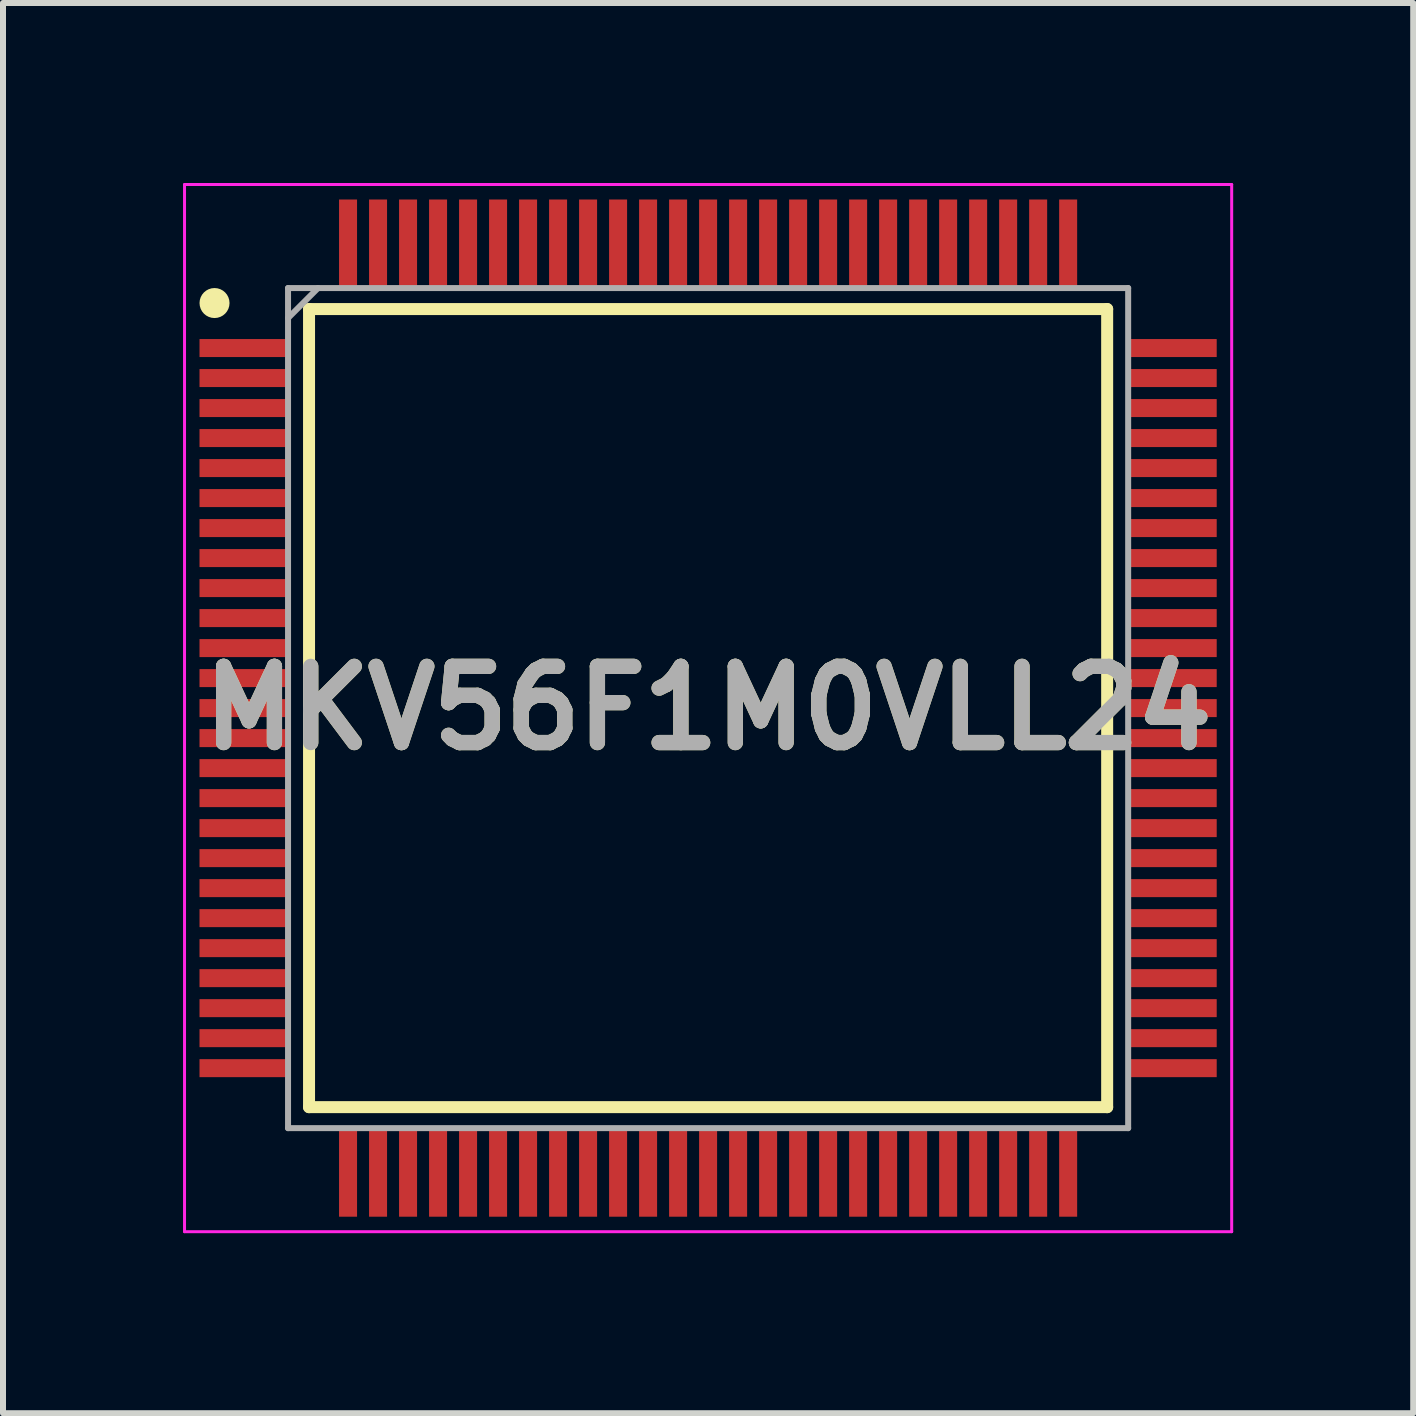
<source format=kicad_pcb>
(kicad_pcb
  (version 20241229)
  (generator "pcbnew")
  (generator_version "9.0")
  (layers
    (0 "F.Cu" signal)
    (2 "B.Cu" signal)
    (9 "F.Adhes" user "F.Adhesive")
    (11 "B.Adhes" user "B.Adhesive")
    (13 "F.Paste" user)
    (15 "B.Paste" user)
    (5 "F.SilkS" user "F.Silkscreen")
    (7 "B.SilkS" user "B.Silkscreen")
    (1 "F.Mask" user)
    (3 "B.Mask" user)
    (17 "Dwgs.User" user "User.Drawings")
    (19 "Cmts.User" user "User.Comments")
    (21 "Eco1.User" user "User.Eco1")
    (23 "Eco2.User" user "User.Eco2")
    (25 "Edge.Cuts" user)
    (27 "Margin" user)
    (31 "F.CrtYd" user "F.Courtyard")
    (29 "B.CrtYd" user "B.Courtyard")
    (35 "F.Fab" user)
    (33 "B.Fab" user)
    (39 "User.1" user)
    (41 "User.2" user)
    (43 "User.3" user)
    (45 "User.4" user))
  (footprint "MKV56F1M0VLL24"
    (layer "F.Cu")
    (at 8.75 8.75)
    (property "Reference" "MKV56F1M0VLL24" (at 0 0 0) (layer "F.SilkS") (effects (font (size 1.27 1.27) (thickness 0.254))))
    (attr smd)
    (fp_line (start -6.65 -6.65) (end 6.65 -6.65) (stroke (width 0.2) (type solid)) (layer "F.SilkS"))
    (fp_line (start -6.65 6.65) (end -6.65 -6.65) (stroke (width 0.2) (type solid)) (layer "F.SilkS"))
    (fp_line (start 6.65 -6.65) (end 6.65 6.65) (stroke (width 0.2) (type solid)) (layer "F.SilkS"))
    (fp_line (start 6.65 6.65) (end -6.65 6.65) (stroke (width 0.2) (type solid)) (layer "F.SilkS"))
    (fp_circle (center -8.225 -6.75) (end -8.225 -6.625) (stroke (width 0.25) (type solid)) (fill no) (layer "F.SilkS"))
    (fp_line (start -8.725 -8.725) (end 8.725 -8.725) (stroke (width 0.05) (type solid)) (layer "F.CrtYd"))
    (fp_line (start -8.725 8.725) (end -8.725 -8.725) (stroke (width 0.05) (type solid)) (layer "F.CrtYd"))
    (fp_line (start 8.725 -8.725) (end 8.725 8.725) (stroke (width 0.05) (type solid)) (layer "F.CrtYd"))
    (fp_line (start 8.725 8.725) (end -8.725 8.725) (stroke (width 0.05) (type solid)) (layer "F.CrtYd"))
    (fp_line (start -7 -7) (end 7 -7) (stroke (width 0.1) (type solid)) (layer "F.Fab"))
    (fp_line (start -7 -6.5) (end -6.5 -7) (stroke (width 0.1) (type solid)) (layer "F.Fab"))
    (fp_line (start -7 7) (end -7 -7) (stroke (width 0.1) (type solid)) (layer "F.Fab"))
    (fp_line (start 7 -7) (end 7 7) (stroke (width 0.1) (type solid)) (layer "F.Fab"))
    (fp_line (start 7 7) (end -7 7) (stroke (width 0.1) (type solid)) (layer "F.Fab"))
    (fp_text user "${REFERENCE}" (at 0 0 0) (layer "F.Fab") (effects (font (size 1.27 1.27) (thickness 0.254))))
    (pad "1" smd rect (at -7.738 -6 90) (size 0.3 1.475) (layers "F.Cu" "F.Mask" "F.Paste"))
    (pad "2" smd rect (at -7.738 -5.5 90) (size 0.3 1.475) (layers "F.Cu" "F.Mask" "F.Paste"))
    (pad "3" smd rect (at -7.738 -5 90) (size 0.3 1.475) (layers "F.Cu" "F.Mask" "F.Paste"))
    (pad "4" smd rect (at -7.738 -4.5 90) (size 0.3 1.475) (layers "F.Cu" "F.Mask" "F.Paste"))
    (pad "5" smd rect (at -7.738 -4 90) (size 0.3 1.475) (layers "F.Cu" "F.Mask" "F.Paste"))
    (pad "6" smd rect (at -7.738 -3.5 90) (size 0.3 1.475) (layers "F.Cu" "F.Mask" "F.Paste"))
    (pad "7" smd rect (at -7.738 -3 90) (size 0.3 1.475) (layers "F.Cu" "F.Mask" "F.Paste"))
    (pad "8" smd rect (at -7.738 -2.5 90) (size 0.3 1.475) (layers "F.Cu" "F.Mask" "F.Paste"))
    (pad "9" smd rect (at -7.738 -2 90) (size 0.3 1.475) (layers "F.Cu" "F.Mask" "F.Paste"))
    (pad "10" smd rect (at -7.738 -1.5 90) (size 0.3 1.475) (layers "F.Cu" "F.Mask" "F.Paste"))
    (pad "11" smd rect (at -7.738 -1 90) (size 0.3 1.475) (layers "F.Cu" "F.Mask" "F.Paste"))
    (pad "12" smd rect (at -7.738 -0.5 90) (size 0.3 1.475) (layers "F.Cu" "F.Mask" "F.Paste"))
    (pad "13" smd rect (at -7.738 0 90) (size 0.3 1.475) (layers "F.Cu" "F.Mask" "F.Paste"))
    (pad "14" smd rect (at -7.738 0.5 90) (size 0.3 1.475) (layers "F.Cu" "F.Mask" "F.Paste"))
    (pad "15" smd rect (at -7.738 1 90) (size 0.3 1.475) (layers "F.Cu" "F.Mask" "F.Paste"))
    (pad "16" smd rect (at -7.738 1.5 90) (size 0.3 1.475) (layers "F.Cu" "F.Mask" "F.Paste"))
    (pad "17" smd rect (at -7.738 2 90) (size 0.3 1.475) (layers "F.Cu" "F.Mask" "F.Paste"))
    (pad "18" smd rect (at -7.738 2.5 90) (size 0.3 1.475) (layers "F.Cu" "F.Mask" "F.Paste"))
    (pad "19" smd rect (at -7.738 3 90) (size 0.3 1.475) (layers "F.Cu" "F.Mask" "F.Paste"))
    (pad "20" smd rect (at -7.738 3.5 90) (size 0.3 1.475) (layers "F.Cu" "F.Mask" "F.Paste"))
    (pad "21" smd rect (at -7.738 4 90) (size 0.3 1.475) (layers "F.Cu" "F.Mask" "F.Paste"))
    (pad "22" smd rect (at -7.738 4.5 90) (size 0.3 1.475) (layers "F.Cu" "F.Mask" "F.Paste"))
    (pad "23" smd rect (at -7.738 5 90) (size 0.3 1.475) (layers "F.Cu" "F.Mask" "F.Paste"))
    (pad "24" smd rect (at -7.738 5.5 90) (size 0.3 1.475) (layers "F.Cu" "F.Mask" "F.Paste"))
    (pad "25" smd rect (at -7.738 6 90) (size 0.3 1.475) (layers "F.Cu" "F.Mask" "F.Paste"))
    (pad "26" smd rect (at -6 7.738) (size 0.3 1.475) (layers "F.Cu" "F.Mask" "F.Paste"))
    (pad "27" smd rect (at -5.5 7.738) (size 0.3 1.475) (layers "F.Cu" "F.Mask" "F.Paste"))
    (pad "28" smd rect (at -5 7.738) (size 0.3 1.475) (layers "F.Cu" "F.Mask" "F.Paste"))
    (pad "29" smd rect (at -4.5 7.738) (size 0.3 1.475) (layers "F.Cu" "F.Mask" "F.Paste"))
    (pad "30" smd rect (at -4 7.738) (size 0.3 1.475) (layers "F.Cu" "F.Mask" "F.Paste"))
    (pad "31" smd rect (at -3.5 7.738) (size 0.3 1.475) (layers "F.Cu" "F.Mask" "F.Paste"))
    (pad "32" smd rect (at -3 7.738) (size 0.3 1.475) (layers "F.Cu" "F.Mask" "F.Paste"))
    (pad "33" smd rect (at -2.5 7.738) (size 0.3 1.475) (layers "F.Cu" "F.Mask" "F.Paste"))
    (pad "34" smd rect (at -2 7.738) (size 0.3 1.475) (layers "F.Cu" "F.Mask" "F.Paste"))
    (pad "35" smd rect (at -1.5 7.738) (size 0.3 1.475) (layers "F.Cu" "F.Mask" "F.Paste"))
    (pad "36" smd rect (at -1 7.738) (size 0.3 1.475) (layers "F.Cu" "F.Mask" "F.Paste"))
    (pad "37" smd rect (at -0.5 7.738) (size 0.3 1.475) (layers "F.Cu" "F.Mask" "F.Paste"))
    (pad "38" smd rect (at 0 7.738) (size 0.3 1.475) (layers "F.Cu" "F.Mask" "F.Paste"))
    (pad "39" smd rect (at 0.5 7.738) (size 0.3 1.475) (layers "F.Cu" "F.Mask" "F.Paste"))
    (pad "40" smd rect (at 1 7.738) (size 0.3 1.475) (layers "F.Cu" "F.Mask" "F.Paste"))
    (pad "41" smd rect (at 1.5 7.738) (size 0.3 1.475) (layers "F.Cu" "F.Mask" "F.Paste"))
    (pad "42" smd rect (at 2 7.738) (size 0.3 1.475) (layers "F.Cu" "F.Mask" "F.Paste"))
    (pad "43" smd rect (at 2.5 7.738) (size 0.3 1.475) (layers "F.Cu" "F.Mask" "F.Paste"))
    (pad "44" smd rect (at 3 7.738) (size 0.3 1.475) (layers "F.Cu" "F.Mask" "F.Paste"))
    (pad "45" smd rect (at 3.5 7.738) (size 0.3 1.475) (layers "F.Cu" "F.Mask" "F.Paste"))
    (pad "46" smd rect (at 4 7.738) (size 0.3 1.475) (layers "F.Cu" "F.Mask" "F.Paste"))
    (pad "47" smd rect (at 4.5 7.738) (size 0.3 1.475) (layers "F.Cu" "F.Mask" "F.Paste"))
    (pad "48" smd rect (at 5 7.738) (size 0.3 1.475) (layers "F.Cu" "F.Mask" "F.Paste"))
    (pad "49" smd rect (at 5.5 7.738) (size 0.3 1.475) (layers "F.Cu" "F.Mask" "F.Paste"))
    (pad "50" smd rect (at 6 7.738) (size 0.3 1.475) (layers "F.Cu" "F.Mask" "F.Paste"))
    (pad "51" smd rect (at 7.738 6 90) (size 0.3 1.475) (layers "F.Cu" "F.Mask" "F.Paste"))
    (pad "52" smd rect (at 7.738 5.5 90) (size 0.3 1.475) (layers "F.Cu" "F.Mask" "F.Paste"))
    (pad "53" smd rect (at 7.738 5 90) (size 0.3 1.475) (layers "F.Cu" "F.Mask" "F.Paste"))
    (pad "54" smd rect (at 7.738 4.5 90) (size 0.3 1.475) (layers "F.Cu" "F.Mask" "F.Paste"))
    (pad "55" smd rect (at 7.738 4 90) (size 0.3 1.475) (layers "F.Cu" "F.Mask" "F.Paste"))
    (pad "56" smd rect (at 7.738 3.5 90) (size 0.3 1.475) (layers "F.Cu" "F.Mask" "F.Paste"))
    (pad "57" smd rect (at 7.738 3 90) (size 0.3 1.475) (layers "F.Cu" "F.Mask" "F.Paste"))
    (pad "58" smd rect (at 7.738 2.5 90) (size 0.3 1.475) (layers "F.Cu" "F.Mask" "F.Paste"))
    (pad "59" smd rect (at 7.738 2 90) (size 0.3 1.475) (layers "F.Cu" "F.Mask" "F.Paste"))
    (pad "60" smd rect (at 7.738 1.5 90) (size 0.3 1.475) (layers "F.Cu" "F.Mask" "F.Paste"))
    (pad "61" smd rect (at 7.738 1 90) (size 0.3 1.475) (layers "F.Cu" "F.Mask" "F.Paste"))
    (pad "62" smd rect (at 7.738 0.5 90) (size 0.3 1.475) (layers "F.Cu" "F.Mask" "F.Paste"))
    (pad "63" smd rect (at 7.738 0 90) (size 0.3 1.475) (layers "F.Cu" "F.Mask" "F.Paste"))
    (pad "64" smd rect (at 7.738 -0.5 90) (size 0.3 1.475) (layers "F.Cu" "F.Mask" "F.Paste"))
    (pad "65" smd rect (at 7.738 -1 90) (size 0.3 1.475) (layers "F.Cu" "F.Mask" "F.Paste"))
    (pad "66" smd rect (at 7.738 -1.5 90) (size 0.3 1.475) (layers "F.Cu" "F.Mask" "F.Paste"))
    (pad "67" smd rect (at 7.738 -2 90) (size 0.3 1.475) (layers "F.Cu" "F.Mask" "F.Paste"))
    (pad "68" smd rect (at 7.738 -2.5 90) (size 0.3 1.475) (layers "F.Cu" "F.Mask" "F.Paste"))
    (pad "69" smd rect (at 7.738 -3 90) (size 0.3 1.475) (layers "F.Cu" "F.Mask" "F.Paste"))
    (pad "70" smd rect (at 7.738 -3.5 90) (size 0.3 1.475) (layers "F.Cu" "F.Mask" "F.Paste"))
    (pad "71" smd rect (at 7.738 -4 90) (size 0.3 1.475) (layers "F.Cu" "F.Mask" "F.Paste"))
    (pad "72" smd rect (at 7.738 -4.5 90) (size 0.3 1.475) (layers "F.Cu" "F.Mask" "F.Paste"))
    (pad "73" smd rect (at 7.738 -5 90) (size 0.3 1.475) (layers "F.Cu" "F.Mask" "F.Paste"))
    (pad "74" smd rect (at 7.738 -5.5 90) (size 0.3 1.475) (layers "F.Cu" "F.Mask" "F.Paste"))
    (pad "75" smd rect (at 7.738 -6 90) (size 0.3 1.475) (layers "F.Cu" "F.Mask" "F.Paste"))
    (pad "76" smd rect (at 6 -7.738) (size 0.3 1.475) (layers "F.Cu" "F.Mask" "F.Paste"))
    (pad "77" smd rect (at 5.5 -7.738) (size 0.3 1.475) (layers "F.Cu" "F.Mask" "F.Paste"))
    (pad "78" smd rect (at 5 -7.738) (size 0.3 1.475) (layers "F.Cu" "F.Mask" "F.Paste"))
    (pad "79" smd rect (at 4.5 -7.738) (size 0.3 1.475) (layers "F.Cu" "F.Mask" "F.Paste"))
    (pad "80" smd rect (at 4 -7.738) (size 0.3 1.475) (layers "F.Cu" "F.Mask" "F.Paste"))
    (pad "81" smd rect (at 3.5 -7.738) (size 0.3 1.475) (layers "F.Cu" "F.Mask" "F.Paste"))
    (pad "82" smd rect (at 3 -7.738) (size 0.3 1.475) (layers "F.Cu" "F.Mask" "F.Paste"))
    (pad "83" smd rect (at 2.5 -7.738) (size 0.3 1.475) (layers "F.Cu" "F.Mask" "F.Paste"))
    (pad "84" smd rect (at 2 -7.738) (size 0.3 1.475) (layers "F.Cu" "F.Mask" "F.Paste"))
    (pad "85" smd rect (at 1.5 -7.738) (size 0.3 1.475) (layers "F.Cu" "F.Mask" "F.Paste"))
    (pad "86" smd rect (at 1 -7.738) (size 0.3 1.475) (layers "F.Cu" "F.Mask" "F.Paste"))
    (pad "87" smd rect (at 0.5 -7.738) (size 0.3 1.475) (layers "F.Cu" "F.Mask" "F.Paste"))
    (pad "88" smd rect (at 0 -7.738) (size 0.3 1.475) (layers "F.Cu" "F.Mask" "F.Paste"))
    (pad "89" smd rect (at -0.5 -7.738) (size 0.3 1.475) (layers "F.Cu" "F.Mask" "F.Paste"))
    (pad "90" smd rect (at -1 -7.738) (size 0.3 1.475) (layers "F.Cu" "F.Mask" "F.Paste"))
    (pad "91" smd rect (at -1.5 -7.738) (size 0.3 1.475) (layers "F.Cu" "F.Mask" "F.Paste"))
    (pad "92" smd rect (at -2 -7.738) (size 0.3 1.475) (layers "F.Cu" "F.Mask" "F.Paste"))
    (pad "93" smd rect (at -2.5 -7.738) (size 0.3 1.475) (layers "F.Cu" "F.Mask" "F.Paste"))
    (pad "94" smd rect (at -3 -7.738) (size 0.3 1.475) (layers "F.Cu" "F.Mask" "F.Paste"))
    (pad "95" smd rect (at -3.5 -7.738) (size 0.3 1.475) (layers "F.Cu" "F.Mask" "F.Paste"))
    (pad "96" smd rect (at -4 -7.738) (size 0.3 1.475) (layers "F.Cu" "F.Mask" "F.Paste"))
    (pad "97" smd rect (at -4.5 -7.738) (size 0.3 1.475) (layers "F.Cu" "F.Mask" "F.Paste"))
    (pad "98" smd rect (at -5 -7.738) (size 0.3 1.475) (layers "F.Cu" "F.Mask" "F.Paste"))
    (pad "99" smd rect (at -5.5 -7.738) (size 0.3 1.475) (layers "F.Cu" "F.Mask" "F.Paste"))
    (pad "100" smd rect (at -6 -7.738) (size 0.3 1.475) (layers "F.Cu" "F.Mask" "F.Paste")))
  (gr_rect
    (start -3 -3)
    (end 20.5 20.5)
    (stroke (width 0.1) (type default))
    (fill no)
    (layer "Edge.Cuts")))
</source>
